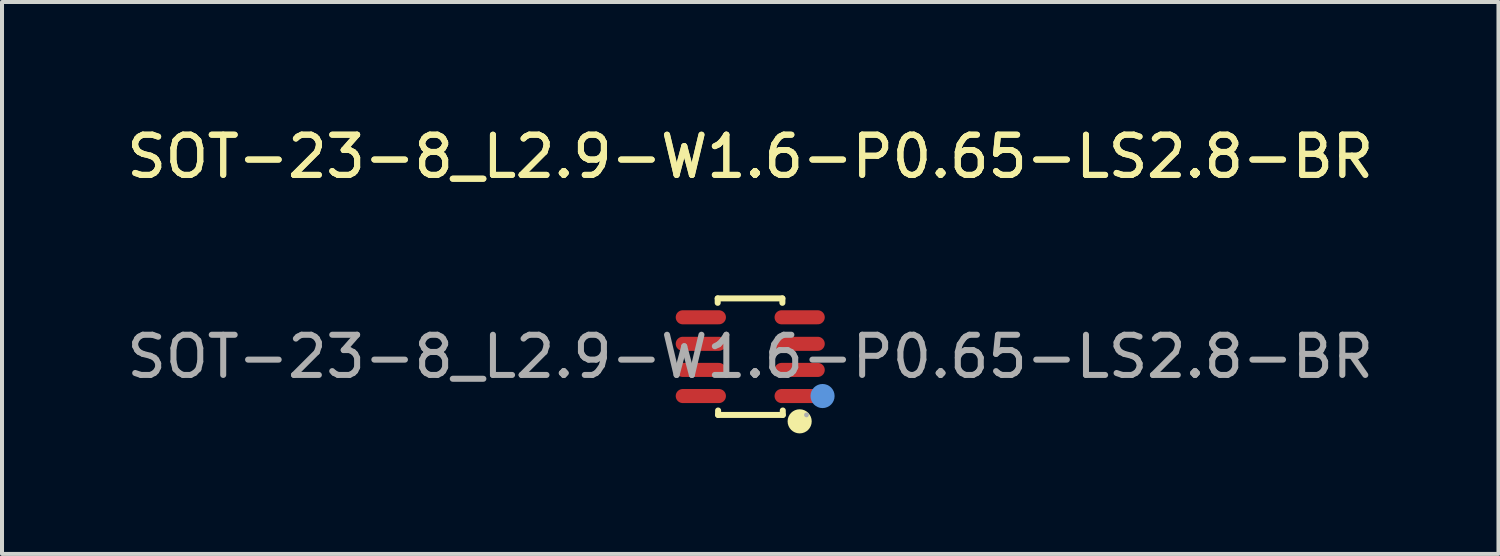
<source format=kicad_pcb>
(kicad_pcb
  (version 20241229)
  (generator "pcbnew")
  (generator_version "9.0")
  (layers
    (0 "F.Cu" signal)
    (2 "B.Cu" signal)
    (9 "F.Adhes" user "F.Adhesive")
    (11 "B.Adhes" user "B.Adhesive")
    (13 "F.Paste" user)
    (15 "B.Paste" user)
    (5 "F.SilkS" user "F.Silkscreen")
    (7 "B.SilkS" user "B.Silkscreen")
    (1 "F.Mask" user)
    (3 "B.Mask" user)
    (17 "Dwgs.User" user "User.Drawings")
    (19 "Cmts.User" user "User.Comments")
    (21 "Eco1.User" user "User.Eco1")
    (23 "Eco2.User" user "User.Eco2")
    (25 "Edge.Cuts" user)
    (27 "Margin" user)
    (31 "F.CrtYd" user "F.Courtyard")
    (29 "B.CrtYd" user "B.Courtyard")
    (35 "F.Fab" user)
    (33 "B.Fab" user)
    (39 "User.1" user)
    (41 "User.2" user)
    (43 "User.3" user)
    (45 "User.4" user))
  (footprint "SOT-23-8_L2.9-W1.6-P0.65-LS2.8-BR"
    (layer "F.Cu")
    (at 15.625 5.828)
    (property "Reference" "SOT-23-8_L2.9-W1.6-P0.65-LS2.8-BR" (at 0 -4.98 0) (layer "F.SilkS") (effects (font (size 1 1) (thickness 0.15))))
    (attr smd)
    (fp_line (start -0.81 -1.45) (end 0.8 -1.45) (stroke (width 0.15) (type solid)) (layer "F.SilkS"))
    (fp_line (start -0.81 -1.34) (end -0.81 -1.45) (stroke (width 0.15) (type solid)) (layer "F.SilkS"))
    (fp_line (start -0.8 1.45) (end -0.8 1.34) (stroke (width 0.15) (type solid)) (layer "F.SilkS"))
    (fp_line (start 0.8 -1.45) (end 0.8 -1.34) (stroke (width 0.15) (type solid)) (layer "F.SilkS"))
    (fp_line (start 0.81 1.34) (end 0.81 1.45) (stroke (width 0.15) (type solid)) (layer "F.SilkS"))
    (fp_line (start 0.81 1.45) (end -0.8 1.45) (stroke (width 0.15) (type solid)) (layer "F.SilkS"))
    (fp_circle (center 1.23 1.61) (end 1.38 1.61) (stroke (width 0.3) (type solid)) (fill no) (layer "F.SilkS"))
    (fp_circle (center 1.8 0.98) (end 1.95 0.98) (stroke (width 0.3) (type solid)) (fill no) (layer "Cmts.User"))
    (fp_circle (center 1.4 1.45) (end 1.43 1.45) (stroke (width 0.06) (type solid)) (fill no) (layer "F.Fab"))
    (fp_text user "${REFERENCE}" (at 0 -4.98 0) (layer "F.SilkS") (effects (font (size 1 1) (thickness 0.15))))
    (fp_text user "${REFERENCE}" (at 0 0 0) (layer "F.Fab") (effects (font (size 1 1) (thickness 0.15))))
    (pad "1" smd oval (at 1.23 0.98) (size 1.25 0.35) (layers "F.Cu" "F.Mask" "F.Paste"))
    (pad "2" smd oval (at 1.23 0.33) (size 1.25 0.35) (layers "F.Cu" "F.Mask" "F.Paste"))
    (pad "3" smd oval (at 1.23 -0.32) (size 1.25 0.35) (layers "F.Cu" "F.Mask" "F.Paste"))
    (pad "4" smd oval (at 1.23 -0.98) (size 1.25 0.35) (layers "F.Cu" "F.Mask" "F.Paste"))
    (pad "5" smd oval (at -1.23 -0.98) (size 1.25 0.35) (layers "F.Cu" "F.Mask" "F.Paste"))
    (pad "6" smd oval (at -1.23 -0.32) (size 1.25 0.35) (layers "F.Cu" "F.Mask" "F.Paste"))
    (pad "7" smd oval (at -1.23 0.33) (size 1.25 0.35) (layers "F.Cu" "F.Mask" "F.Paste"))
    (pad "8" smd oval (at -1.23 0.98) (size 1.25 0.35) (layers "F.Cu" "F.Mask" "F.Paste")))
  (gr_rect
    (start -3 -3)
    (end 34.25 10.738)
    (stroke (width 0.1) (type default))
    (fill no)
    (layer "Edge.Cuts")))
</source>
